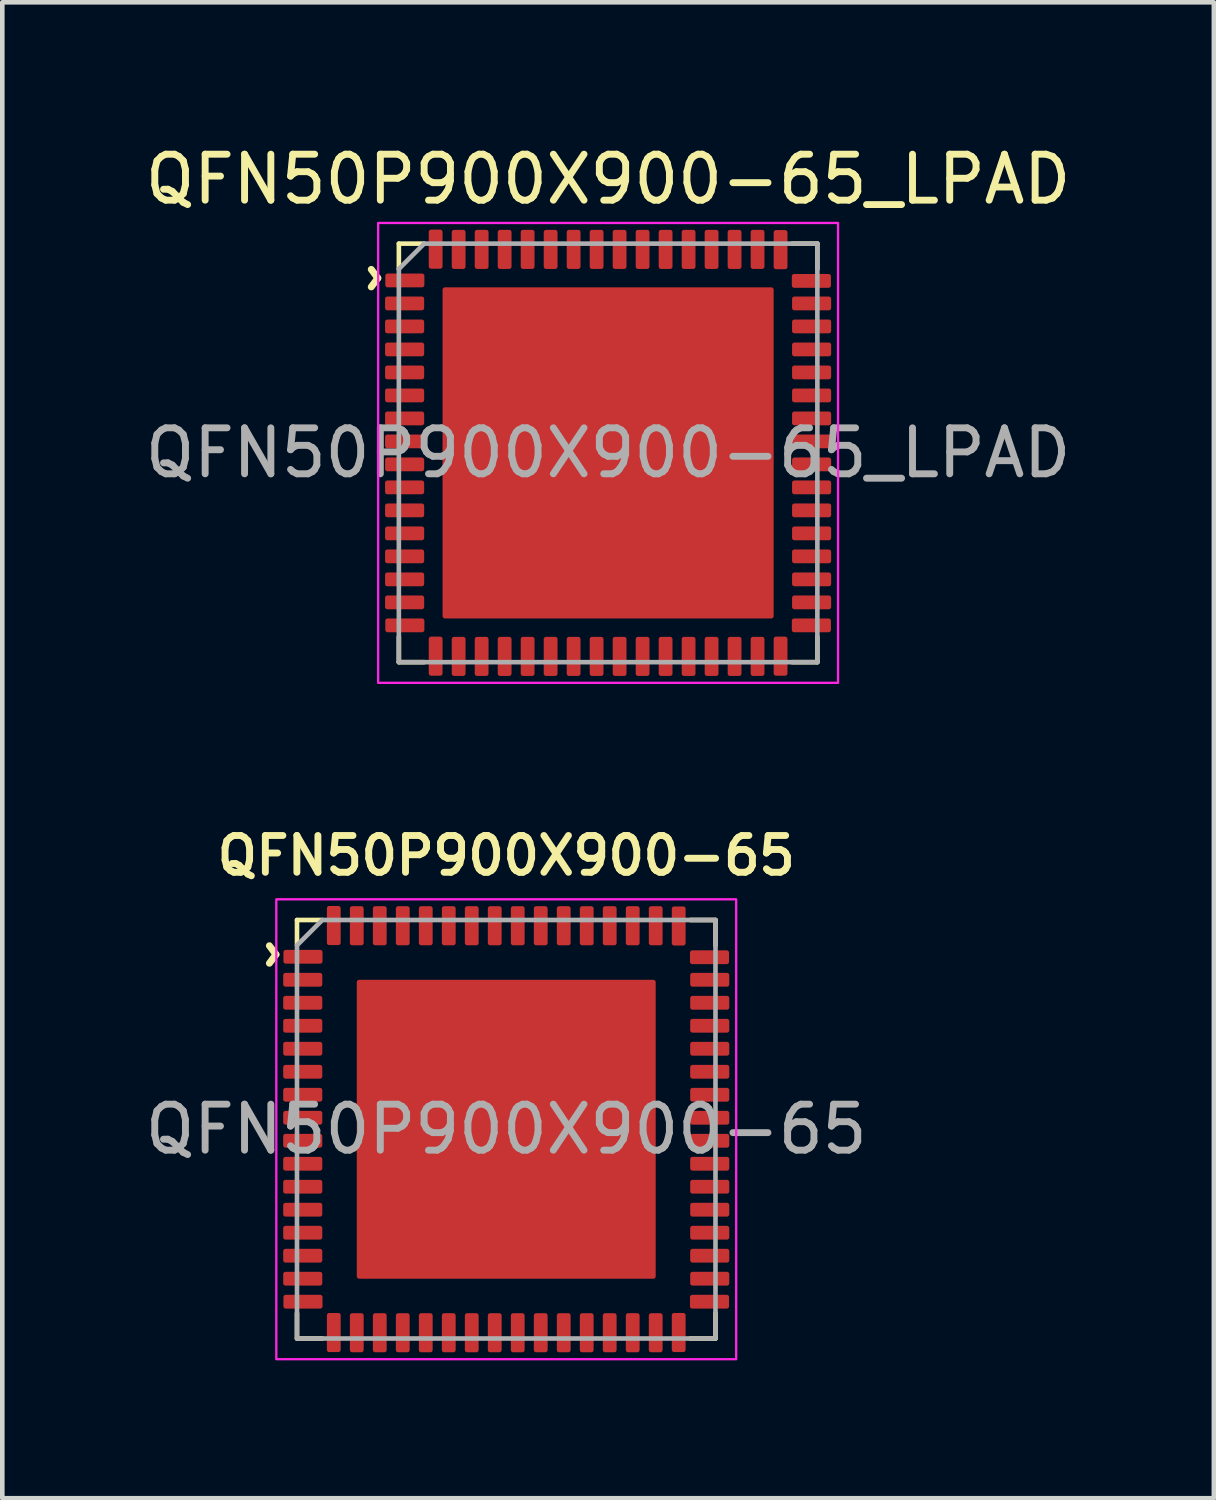
<source format=kicad_pcb>
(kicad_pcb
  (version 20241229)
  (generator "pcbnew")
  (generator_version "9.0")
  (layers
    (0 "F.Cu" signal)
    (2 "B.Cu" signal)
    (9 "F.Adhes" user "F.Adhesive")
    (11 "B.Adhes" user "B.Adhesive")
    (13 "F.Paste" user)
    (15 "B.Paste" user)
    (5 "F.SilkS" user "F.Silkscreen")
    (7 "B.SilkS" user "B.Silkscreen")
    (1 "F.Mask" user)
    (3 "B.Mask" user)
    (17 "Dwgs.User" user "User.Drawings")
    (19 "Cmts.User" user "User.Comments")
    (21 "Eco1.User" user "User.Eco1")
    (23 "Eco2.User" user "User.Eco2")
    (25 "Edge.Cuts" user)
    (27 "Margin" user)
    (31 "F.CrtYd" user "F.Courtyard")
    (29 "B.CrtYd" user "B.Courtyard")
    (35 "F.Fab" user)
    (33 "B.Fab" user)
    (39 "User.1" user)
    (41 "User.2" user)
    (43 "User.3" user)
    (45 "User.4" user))
  (footprint "QFN50P900X900-65"
    (layer "F.Cu")
    (at 7.958 21.505)
    (property "Reference" "QFN50P900X900-65" (at 0 -5.95 0) (layer "F.SilkS") (effects (font (size 0.8 0.8) (thickness 0.15))))
    (attr smd)
    (fp_line (start -4.55 -4.55) (end -4 -4.55) (stroke (width 0.1) (type solid)) (layer "F.SilkS"))
    (fp_line (start -4.55 -4) (end -4.55 -4.55) (stroke (width 0.1) (type solid)) (layer "F.SilkS"))
    (fp_line (start -4.55 4.55) (end -4.55 4) (stroke (width 0.1) (type solid)) (layer "F.SilkS"))
    (fp_line (start -4 4.55) (end -4.55 4.55) (stroke (width 0.1) (type solid)) (layer "F.SilkS"))
    (fp_line (start 4 -4.55) (end 4.55 -4.55) (stroke (width 0.1) (type solid)) (layer "F.SilkS"))
    (fp_line (start 4 4.55) (end 4.55 4.55) (stroke (width 0.1) (type solid)) (layer "F.SilkS"))
    (fp_line (start 4.55 -4.55) (end 4.55 -4) (stroke (width 0.1) (type solid)) (layer "F.SilkS"))
    (fp_line (start 4.55 4.55) (end 4.55 4) (stroke (width 0.1) (type solid)) (layer "F.SilkS"))
    (fp_rect (start -5 -5) (end 5 5) (stroke (width 0.05) (type default)) (fill no) (layer "F.CrtYd"))
    (fp_poly (pts (xy 4.55 -4.55) (xy 4.55 4.55) (xy -4.55 4.55) (xy -4.55 -4) (xy -4 -4.55)) (stroke (width 0.1) (type solid)) (fill no) (layer "F.Fab"))
    (fp_text user "^" (at -5.6 -3.8 270) (unlocked yes) (layer "F.SilkS") (effects (font (size 1 1) (thickness 0.15))))
    (fp_text user "${REFERENCE}" (at 0 0 0) (layer "F.Fab") (effects (font (size 1 1) (thickness 0.15))))
    (pad "" smd roundrect (at -1.85 -1.85) (size 2.8 2.8) (property pad_prop_heatsink) (layers "F.Paste") (roundrect_rratio 0.018))
    (pad "" smd roundrect (at -1.85 1.85) (size 2.8 2.8) (property pad_prop_heatsink) (layers "F.Paste") (roundrect_rratio 0.018))
    (pad "" smd roundrect (at 1.85 -1.85) (size 2.8 2.8) (property pad_prop_heatsink) (layers "F.Paste") (roundrect_rratio 0.018))
    (pad "" smd roundrect (at 1.85 1.85) (size 2.8 2.8) (property pad_prop_heatsink) (layers "F.Paste") (roundrect_rratio 0.018))
    (pad "1" smd roundrect (at -4.42 -3.75 90) (size 0.3 0.85) (layers "F.Cu" "F.Mask" "F.Paste") (roundrect_rratio 0.167))
    (pad "2" smd roundrect (at -4.425 -3.25 90) (size 0.3 0.85) (layers "F.Cu" "F.Mask" "F.Paste") (roundrect_rratio 0.167))
    (pad "3" smd roundrect (at -4.425 -2.75 90) (size 0.3 0.85) (layers "F.Cu" "F.Mask" "F.Paste") (roundrect_rratio 0.167))
    (pad "4" smd roundrect (at -4.425 -2.25 90) (size 0.3 0.85) (layers "F.Cu" "F.Mask" "F.Paste") (roundrect_rratio 0.167))
    (pad "5" smd roundrect (at -4.425 -1.75 90) (size 0.3 0.85) (layers "F.Cu" "F.Mask" "F.Paste") (roundrect_rratio 0.167))
    (pad "6" smd roundrect (at -4.425 -1.25 90) (size 0.3 0.85) (layers "F.Cu" "F.Mask" "F.Paste") (roundrect_rratio 0.167))
    (pad "7" smd roundrect (at -4.425 -0.75 90) (size 0.3 0.85) (layers "F.Cu" "F.Mask" "F.Paste") (roundrect_rratio 0.167))
    (pad "8" smd roundrect (at -4.425 -0.25 90) (size 0.3 0.85) (layers "F.Cu" "F.Mask" "F.Paste") (roundrect_rratio 0.167))
    (pad "9" smd roundrect (at -4.425 0.25 90) (size 0.3 0.85) (layers "F.Cu" "F.Mask" "F.Paste") (roundrect_rratio 0.167))
    (pad "10" smd roundrect (at -4.425 0.75 90) (size 0.3 0.85) (layers "F.Cu" "F.Mask" "F.Paste") (roundrect_rratio 0.167))
    (pad "11" smd roundrect (at -4.425 1.25 90) (size 0.3 0.85) (layers "F.Cu" "F.Mask" "F.Paste") (roundrect_rratio 0.167))
    (pad "12" smd roundrect (at -4.425 1.75 90) (size 0.3 0.85) (layers "F.Cu" "F.Mask" "F.Paste") (roundrect_rratio 0.167))
    (pad "13" smd roundrect (at -4.425 2.25 90) (size 0.3 0.85) (layers "F.Cu" "F.Mask" "F.Paste") (roundrect_rratio 0.167))
    (pad "14" smd roundrect (at -4.425 2.75 90) (size 0.3 0.85) (layers "F.Cu" "F.Mask" "F.Paste") (roundrect_rratio 0.167))
    (pad "15" smd roundrect (at -4.425 3.25 90) (size 0.3 0.85) (layers "F.Cu" "F.Mask" "F.Paste") (roundrect_rratio 0.167))
    (pad "16" smd roundrect (at -4.42 3.75 90) (size 0.3 0.85) (layers "F.Cu" "F.Mask" "F.Paste") (roundrect_rratio 0.167))
    (pad "17" smd roundrect (at -3.75 4.42) (size 0.3 0.85) (layers "F.Cu" "F.Mask" "F.Paste") (roundrect_rratio 0.167))
    (pad "18" smd roundrect (at -3.25 4.425) (size 0.3 0.85) (layers "F.Cu" "F.Mask" "F.Paste") (roundrect_rratio 0.167))
    (pad "19" smd roundrect (at -2.75 4.425) (size 0.3 0.85) (layers "F.Cu" "F.Mask" "F.Paste") (roundrect_rratio 0.167))
    (pad "20" smd roundrect (at -2.25 4.425) (size 0.3 0.85) (layers "F.Cu" "F.Mask" "F.Paste") (roundrect_rratio 0.167))
    (pad "21" smd roundrect (at -1.75 4.425) (size 0.3 0.85) (layers "F.Cu" "F.Mask" "F.Paste") (roundrect_rratio 0.167))
    (pad "22" smd roundrect (at -1.25 4.425) (size 0.3 0.85) (layers "F.Cu" "F.Mask" "F.Paste") (roundrect_rratio 0.167))
    (pad "23" smd roundrect (at -0.75 4.425) (size 0.3 0.85) (layers "F.Cu" "F.Mask" "F.Paste") (roundrect_rratio 0.167))
    (pad "24" smd roundrect (at -0.25 4.425) (size 0.3 0.85) (layers "F.Cu" "F.Mask" "F.Paste") (roundrect_rratio 0.167))
    (pad "25" smd roundrect (at 0.25 4.425) (size 0.3 0.85) (layers "F.Cu" "F.Mask" "F.Paste") (roundrect_rratio 0.167))
    (pad "26" smd roundrect (at 0.75 4.425) (size 0.3 0.85) (layers "F.Cu" "F.Mask" "F.Paste") (roundrect_rratio 0.167))
    (pad "27" smd roundrect (at 1.25 4.425) (size 0.3 0.85) (layers "F.Cu" "F.Mask" "F.Paste") (roundrect_rratio 0.167))
    (pad "28" smd roundrect (at 1.75 4.425) (size 0.3 0.85) (layers "F.Cu" "F.Mask" "F.Paste") (roundrect_rratio 0.167))
    (pad "29" smd roundrect (at 2.25 4.425) (size 0.3 0.85) (layers "F.Cu" "F.Mask" "F.Paste") (roundrect_rratio 0.167))
    (pad "30" smd roundrect (at 2.75 4.425) (size 0.3 0.85) (layers "F.Cu" "F.Mask" "F.Paste") (roundrect_rratio 0.167))
    (pad "31" smd roundrect (at 3.25 4.425) (size 0.3 0.85) (layers "F.Cu" "F.Mask" "F.Paste") (roundrect_rratio 0.167))
    (pad "32" smd roundrect (at 3.75 4.42) (size 0.3 0.85) (layers "F.Cu" "F.Mask" "F.Paste") (roundrect_rratio 0.167))
    (pad "33" smd roundrect (at 4.42 3.75 90) (size 0.3 0.85) (layers "F.Cu" "F.Mask" "F.Paste") (roundrect_rratio 0.167))
    (pad "34" smd roundrect (at 4.425 3.25 90) (size 0.3 0.85) (layers "F.Cu" "F.Mask" "F.Paste") (roundrect_rratio 0.167))
    (pad "35" smd roundrect (at 4.425 2.75 90) (size 0.3 0.85) (layers "F.Cu" "F.Mask" "F.Paste") (roundrect_rratio 0.167))
    (pad "36" smd roundrect (at 4.425 2.25 90) (size 0.3 0.85) (layers "F.Cu" "F.Mask" "F.Paste") (roundrect_rratio 0.167))
    (pad "37" smd roundrect (at 4.425 1.75 90) (size 0.3 0.85) (layers "F.Cu" "F.Mask" "F.Paste") (roundrect_rratio 0.167))
    (pad "38" smd roundrect (at 4.425 1.25 90) (size 0.3 0.85) (layers "F.Cu" "F.Mask" "F.Paste") (roundrect_rratio 0.167))
    (pad "39" smd roundrect (at 4.425 0.75 90) (size 0.3 0.85) (layers "F.Cu" "F.Mask" "F.Paste") (roundrect_rratio 0.167))
    (pad "40" smd roundrect (at 4.425 0.25 90) (size 0.3 0.85) (layers "F.Cu" "F.Mask" "F.Paste") (roundrect_rratio 0.167))
    (pad "41" smd roundrect (at 4.425 -0.25 90) (size 0.3 0.85) (layers "F.Cu" "F.Mask" "F.Paste") (roundrect_rratio 0.167))
    (pad "42" smd roundrect (at 4.425 -0.75 90) (size 0.3 0.85) (layers "F.Cu" "F.Mask" "F.Paste") (roundrect_rratio 0.167))
    (pad "43" smd roundrect (at 4.425 -1.25 90) (size 0.3 0.85) (layers "F.Cu" "F.Mask" "F.Paste") (roundrect_rratio 0.167))
    (pad "44" smd roundrect (at 4.425 -1.75 90) (size 0.3 0.85) (layers "F.Cu" "F.Mask" "F.Paste") (roundrect_rratio 0.167))
    (pad "45" smd roundrect (at 4.425 -2.25 90) (size 0.3 0.85) (layers "F.Cu" "F.Mask" "F.Paste") (roundrect_rratio 0.167))
    (pad "46" smd roundrect (at 4.425 -2.75 90) (size 0.3 0.85) (layers "F.Cu" "F.Mask" "F.Paste") (roundrect_rratio 0.167))
    (pad "47" smd roundrect (at 4.425 -3.25 90) (size 0.3 0.85) (layers "F.Cu" "F.Mask" "F.Paste") (roundrect_rratio 0.167))
    (pad "48" smd roundrect (at 4.42 -3.74 90) (size 0.3 0.85) (layers "F.Cu" "F.Mask" "F.Paste") (roundrect_rratio 0.167))
    (pad "49" smd roundrect (at 3.75 -4.42) (size 0.3 0.85) (layers "F.Cu" "F.Mask" "F.Paste") (roundrect_rratio 0.167))
    (pad "50" smd roundrect (at 3.25 -4.425) (size 0.3 0.85) (layers "F.Cu" "F.Mask" "F.Paste") (roundrect_rratio 0.167))
    (pad "51" smd roundrect (at 2.75 -4.425) (size 0.3 0.85) (layers "F.Cu" "F.Mask" "F.Paste") (roundrect_rratio 0.167))
    (pad "52" smd roundrect (at 2.25 -4.425) (size 0.3 0.85) (layers "F.Cu" "F.Mask" "F.Paste") (roundrect_rratio 0.167))
    (pad "53" smd roundrect (at 1.75 -4.425) (size 0.3 0.85) (layers "F.Cu" "F.Mask" "F.Paste") (roundrect_rratio 0.167))
    (pad "54" smd roundrect (at 1.25 -4.425) (size 0.3 0.85) (layers "F.Cu" "F.Mask" "F.Paste") (roundrect_rratio 0.167))
    (pad "55" smd roundrect (at 0.75 -4.425) (size 0.3 0.85) (layers "F.Cu" "F.Mask" "F.Paste") (roundrect_rratio 0.167))
    (pad "56" smd roundrect (at 0.25 -4.425) (size 0.3 0.85) (layers "F.Cu" "F.Mask" "F.Paste") (roundrect_rratio 0.167))
    (pad "57" smd roundrect (at -0.25 -4.425) (size 0.3 0.85) (layers "F.Cu" "F.Mask" "F.Paste") (roundrect_rratio 0.167))
    (pad "58" smd roundrect (at -0.75 -4.425) (size 0.3 0.85) (layers "F.Cu" "F.Mask" "F.Paste") (roundrect_rratio 0.167))
    (pad "59" smd roundrect (at -1.25 -4.425) (size 0.3 0.85) (layers "F.Cu" "F.Mask" "F.Paste") (roundrect_rratio 0.167))
    (pad "60" smd roundrect (at -1.75 -4.425) (size 0.3 0.85) (layers "F.Cu" "F.Mask" "F.Paste") (roundrect_rratio 0.167))
    (pad "61" smd roundrect (at -2.25 -4.425) (size 0.3 0.85) (layers "F.Cu" "F.Mask" "F.Paste") (roundrect_rratio 0.167))
    (pad "62" smd roundrect (at -2.75 -4.425) (size 0.3 0.85) (layers "F.Cu" "F.Mask" "F.Paste") (roundrect_rratio 0.167))
    (pad "63" smd roundrect (at -3.25 -4.425) (size 0.3 0.85) (layers "F.Cu" "F.Mask" "F.Paste") (roundrect_rratio 0.167))
    (pad "64" smd roundrect (at -3.75 -4.43) (size 0.3 0.85) (layers "F.Cu" "F.Mask" "F.Paste") (roundrect_rratio 0.167))
    (pad "65" smd roundrect (at 0 0) (size 6.5 6.5) (property pad_prop_heatsink) (layers "F.Cu" "F.Mask") (roundrect_rratio 0.008)))
  (footprint "QFN50P900X900-65_LPAD"
    (layer "F.Cu")
    (at 10.173 6.798)
    (property "Reference" "QFN50P900X900-65_LPAD" (at 0 -5.95 0) (layer "F.SilkS") (effects (font (size 1 1) (thickness 0.15))))
    (attr smd)
    (fp_line (start -4.55 -4.55) (end -4 -4.55) (stroke (width 0.1) (type solid)) (layer "F.SilkS"))
    (fp_line (start -4.55 -4) (end -4.55 -4.55) (stroke (width 0.1) (type solid)) (layer "F.SilkS"))
    (fp_line (start -4.55 4.55) (end -4.55 4) (stroke (width 0.1) (type solid)) (layer "F.SilkS"))
    (fp_line (start -4 4.55) (end -4.55 4.55) (stroke (width 0.1) (type solid)) (layer "F.SilkS"))
    (fp_line (start 4 -4.55) (end 4.55 -4.55) (stroke (width 0.1) (type solid)) (layer "F.SilkS"))
    (fp_line (start 4 4.55) (end 4.55 4.55) (stroke (width 0.1) (type solid)) (layer "F.SilkS"))
    (fp_line (start 4.55 -4.55) (end 4.55 -4) (stroke (width 0.1) (type solid)) (layer "F.SilkS"))
    (fp_line (start 4.55 4.55) (end 4.55 4) (stroke (width 0.1) (type solid)) (layer "F.SilkS"))
    (fp_rect (start -5 -5) (end 5 5) (stroke (width 0.05) (type default)) (fill no) (layer "F.CrtYd"))
    (fp_line (start -4.55 -4) (end -4.55 4.55) (stroke (width 0.1) (type solid)) (layer "F.Fab"))
    (fp_line (start -4.55 4.55) (end 4.55 4.55) (stroke (width 0.1) (type solid)) (layer "F.Fab"))
    (fp_line (start -4 -4.55) (end -4.55 -4) (stroke (width 0.1) (type solid)) (layer "F.Fab"))
    (fp_line (start 4.55 -4.55) (end -4 -4.55) (stroke (width 0.1) (type solid)) (layer "F.Fab"))
    (fp_line (start 4.55 4.55) (end 4.55 -4.55) (stroke (width 0.1) (type solid)) (layer "F.Fab"))
    (fp_text user "^" (at -5.6 -3.8 270) (unlocked yes) (layer "F.SilkS") (effects (font (size 1 1) (thickness 0.15))))
    (fp_text user "${REFERENCE}" (at 0 0 0) (unlocked yes) (layer "F.Fab") (effects (font (size 1 1) (thickness 0.15))))
    (pad "" smd roundrect (at -2 -2) (size 3 3) (layers "F.Paste") (roundrect_rratio 0.017))
    (pad "" smd roundrect (at -2 2) (size 3 3) (layers "F.Paste") (roundrect_rratio 0.017))
    (pad "" smd roundrect (at 2 -2) (size 3 3) (layers "F.Paste") (roundrect_rratio 0.017))
    (pad "" smd roundrect (at 2 2) (size 3 3) (layers "F.Paste") (roundrect_rratio 0.017))
    (pad "1" smd roundrect (at -4.42 -3.75 90) (size 0.3 0.85) (layers "F.Cu" "F.Mask" "F.Paste") (roundrect_rratio 0.167))
    (pad "2" smd roundrect (at -4.425 -3.25 90) (size 0.3 0.85) (layers "F.Cu" "F.Mask" "F.Paste") (roundrect_rratio 0.167))
    (pad "3" smd roundrect (at -4.425 -2.75 90) (size 0.3 0.85) (layers "F.Cu" "F.Mask" "F.Paste") (roundrect_rratio 0.167))
    (pad "4" smd roundrect (at -4.425 -2.25 90) (size 0.3 0.85) (layers "F.Cu" "F.Mask" "F.Paste") (roundrect_rratio 0.167))
    (pad "5" smd roundrect (at -4.425 -1.75 90) (size 0.3 0.85) (layers "F.Cu" "F.Mask" "F.Paste") (roundrect_rratio 0.167))
    (pad "6" smd roundrect (at -4.425 -1.25 90) (size 0.3 0.85) (layers "F.Cu" "F.Mask" "F.Paste") (roundrect_rratio 0.167))
    (pad "7" smd roundrect (at -4.425 -0.75 90) (size 0.3 0.85) (layers "F.Cu" "F.Mask" "F.Paste") (roundrect_rratio 0.167))
    (pad "8" smd roundrect (at -4.425 -0.25 90) (size 0.3 0.85) (layers "F.Cu" "F.Mask" "F.Paste") (roundrect_rratio 0.167))
    (pad "9" smd roundrect (at -4.425 0.25 90) (size 0.3 0.85) (layers "F.Cu" "F.Mask" "F.Paste") (roundrect_rratio 0.167))
    (pad "10" smd roundrect (at -4.425 0.75 90) (size 0.3 0.85) (layers "F.Cu" "F.Mask" "F.Paste") (roundrect_rratio 0.167))
    (pad "11" smd roundrect (at -4.425 1.25 90) (size 0.3 0.85) (layers "F.Cu" "F.Mask" "F.Paste") (roundrect_rratio 0.167))
    (pad "12" smd roundrect (at -4.425 1.75 90) (size 0.3 0.85) (layers "F.Cu" "F.Mask" "F.Paste") (roundrect_rratio 0.167))
    (pad "13" smd roundrect (at -4.425 2.25 90) (size 0.3 0.85) (layers "F.Cu" "F.Mask" "F.Paste") (roundrect_rratio 0.167))
    (pad "14" smd roundrect (at -4.425 2.75 90) (size 0.3 0.85) (layers "F.Cu" "F.Mask" "F.Paste") (roundrect_rratio 0.167))
    (pad "15" smd roundrect (at -4.425 3.25 90) (size 0.3 0.85) (layers "F.Cu" "F.Mask" "F.Paste") (roundrect_rratio 0.167))
    (pad "16" smd roundrect (at -4.42 3.75 90) (size 0.3 0.85) (layers "F.Cu" "F.Mask" "F.Paste") (roundrect_rratio 0.167))
    (pad "17" smd roundrect (at -3.75 4.42) (size 0.3 0.85) (layers "F.Cu" "F.Mask" "F.Paste") (roundrect_rratio 0.167))
    (pad "18" smd roundrect (at -3.25 4.425) (size 0.3 0.85) (layers "F.Cu" "F.Mask" "F.Paste") (roundrect_rratio 0.167))
    (pad "19" smd roundrect (at -2.75 4.425) (size 0.3 0.85) (layers "F.Cu" "F.Mask" "F.Paste") (roundrect_rratio 0.167))
    (pad "20" smd roundrect (at -2.25 4.425) (size 0.3 0.85) (layers "F.Cu" "F.Mask" "F.Paste") (roundrect_rratio 0.167))
    (pad "21" smd roundrect (at -1.75 4.425) (size 0.3 0.85) (layers "F.Cu" "F.Mask" "F.Paste") (roundrect_rratio 0.167))
    (pad "22" smd roundrect (at -1.25 4.425) (size 0.3 0.85) (layers "F.Cu" "F.Mask" "F.Paste") (roundrect_rratio 0.167))
    (pad "23" smd roundrect (at -0.75 4.425) (size 0.3 0.85) (layers "F.Cu" "F.Mask" "F.Paste") (roundrect_rratio 0.167))
    (pad "24" smd roundrect (at -0.25 4.425) (size 0.3 0.85) (layers "F.Cu" "F.Mask" "F.Paste") (roundrect_rratio 0.167))
    (pad "25" smd roundrect (at 0.25 4.425) (size 0.3 0.85) (layers "F.Cu" "F.Mask" "F.Paste") (roundrect_rratio 0.167))
    (pad "26" smd roundrect (at 0.75 4.425) (size 0.3 0.85) (layers "F.Cu" "F.Mask" "F.Paste") (roundrect_rratio 0.167))
    (pad "27" smd roundrect (at 1.25 4.425) (size 0.3 0.85) (layers "F.Cu" "F.Mask" "F.Paste") (roundrect_rratio 0.167))
    (pad "28" smd roundrect (at 1.75 4.425) (size 0.3 0.85) (layers "F.Cu" "F.Mask" "F.Paste") (roundrect_rratio 0.167))
    (pad "29" smd roundrect (at 2.25 4.425) (size 0.3 0.85) (layers "F.Cu" "F.Mask" "F.Paste") (roundrect_rratio 0.167))
    (pad "30" smd roundrect (at 2.75 4.425) (size 0.3 0.85) (layers "F.Cu" "F.Mask" "F.Paste") (roundrect_rratio 0.167))
    (pad "31" smd roundrect (at 3.25 4.425) (size 0.3 0.85) (layers "F.Cu" "F.Mask" "F.Paste") (roundrect_rratio 0.167))
    (pad "32" smd roundrect (at 3.75 4.42) (size 0.3 0.85) (layers "F.Cu" "F.Mask" "F.Paste") (roundrect_rratio 0.167))
    (pad "33" smd roundrect (at 4.42 3.75 90) (size 0.3 0.85) (layers "F.Cu" "F.Mask" "F.Paste") (roundrect_rratio 0.167))
    (pad "34" smd roundrect (at 4.425 3.25 90) (size 0.3 0.85) (layers "F.Cu" "F.Mask" "F.Paste") (roundrect_rratio 0.167))
    (pad "35" smd roundrect (at 4.425 2.75 90) (size 0.3 0.85) (layers "F.Cu" "F.Mask" "F.Paste") (roundrect_rratio 0.167))
    (pad "36" smd roundrect (at 4.425 2.25 90) (size 0.3 0.85) (layers "F.Cu" "F.Mask" "F.Paste") (roundrect_rratio 0.167))
    (pad "37" smd roundrect (at 4.425 1.75 90) (size 0.3 0.85) (layers "F.Cu" "F.Mask" "F.Paste") (roundrect_rratio 0.167))
    (pad "38" smd roundrect (at 4.425 1.25 90) (size 0.3 0.85) (layers "F.Cu" "F.Mask" "F.Paste") (roundrect_rratio 0.167))
    (pad "39" smd roundrect (at 4.425 0.75 90) (size 0.3 0.85) (layers "F.Cu" "F.Mask" "F.Paste") (roundrect_rratio 0.167))
    (pad "40" smd roundrect (at 4.425 0.25 90) (size 0.3 0.85) (layers "F.Cu" "F.Mask" "F.Paste") (roundrect_rratio 0.167))
    (pad "41" smd roundrect (at 4.425 -0.25 90) (size 0.3 0.85) (layers "F.Cu" "F.Mask" "F.Paste") (roundrect_rratio 0.167))
    (pad "42" smd roundrect (at 4.425 -0.75 90) (size 0.3 0.85) (layers "F.Cu" "F.Mask" "F.Paste") (roundrect_rratio 0.167))
    (pad "43" smd roundrect (at 4.425 -1.25 90) (size 0.3 0.85) (layers "F.Cu" "F.Mask" "F.Paste") (roundrect_rratio 0.167))
    (pad "44" smd roundrect (at 4.425 -1.75 90) (size 0.3 0.85) (layers "F.Cu" "F.Mask" "F.Paste") (roundrect_rratio 0.167))
    (pad "45" smd roundrect (at 4.425 -2.25 90) (size 0.3 0.85) (layers "F.Cu" "F.Mask" "F.Paste") (roundrect_rratio 0.167))
    (pad "46" smd roundrect (at 4.425 -2.75 90) (size 0.3 0.85) (layers "F.Cu" "F.Mask" "F.Paste") (roundrect_rratio 0.167))
    (pad "47" smd roundrect (at 4.425 -3.25 90) (size 0.3 0.85) (layers "F.Cu" "F.Mask" "F.Paste") (roundrect_rratio 0.167))
    (pad "48" smd roundrect (at 4.42 -3.74 90) (size 0.3 0.85) (layers "F.Cu" "F.Mask" "F.Paste") (roundrect_rratio 0.167))
    (pad "49" smd roundrect (at 3.75 -4.42) (size 0.3 0.85) (layers "F.Cu" "F.Mask" "F.Paste") (roundrect_rratio 0.167))
    (pad "50" smd roundrect (at 3.25 -4.425) (size 0.3 0.85) (layers "F.Cu" "F.Mask" "F.Paste") (roundrect_rratio 0.167))
    (pad "51" smd roundrect (at 2.75 -4.425) (size 0.3 0.85) (layers "F.Cu" "F.Mask" "F.Paste") (roundrect_rratio 0.167))
    (pad "52" smd roundrect (at 2.25 -4.425) (size 0.3 0.85) (layers "F.Cu" "F.Mask" "F.Paste") (roundrect_rratio 0.167))
    (pad "53" smd roundrect (at 1.75 -4.425) (size 0.3 0.85) (layers "F.Cu" "F.Mask" "F.Paste") (roundrect_rratio 0.167))
    (pad "54" smd roundrect (at 1.25 -4.425) (size 0.3 0.85) (layers "F.Cu" "F.Mask" "F.Paste") (roundrect_rratio 0.167))
    (pad "55" smd roundrect (at 0.75 -4.425) (size 0.3 0.85) (layers "F.Cu" "F.Mask" "F.Paste") (roundrect_rratio 0.167))
    (pad "56" smd roundrect (at 0.25 -4.425) (size 0.3 0.85) (layers "F.Cu" "F.Mask" "F.Paste") (roundrect_rratio 0.167))
    (pad "57" smd roundrect (at -0.25 -4.425) (size 0.3 0.85) (layers "F.Cu" "F.Mask" "F.Paste") (roundrect_rratio 0.167))
    (pad "58" smd roundrect (at -0.75 -4.425) (size 0.3 0.85) (layers "F.Cu" "F.Mask" "F.Paste") (roundrect_rratio 0.167))
    (pad "59" smd roundrect (at -1.25 -4.425) (size 0.3 0.85) (layers "F.Cu" "F.Mask" "F.Paste") (roundrect_rratio 0.167))
    (pad "60" smd roundrect (at -1.75 -4.425) (size 0.3 0.85) (layers "F.Cu" "F.Mask" "F.Paste") (roundrect_rratio 0.167))
    (pad "61" smd roundrect (at -2.25 -4.425) (size 0.3 0.85) (layers "F.Cu" "F.Mask" "F.Paste") (roundrect_rratio 0.167))
    (pad "62" smd roundrect (at -2.75 -4.425) (size 0.3 0.85) (layers "F.Cu" "F.Mask" "F.Paste") (roundrect_rratio 0.167))
    (pad "63" smd roundrect (at -3.25 -4.425) (size 0.3 0.85) (layers "F.Cu" "F.Mask" "F.Paste") (roundrect_rratio 0.167))
    (pad "64" smd roundrect (at -3.75 -4.43) (size 0.3 0.85) (layers "F.Cu" "F.Mask" "F.Paste") (roundrect_rratio 0.167))
    (pad "65" smd roundrect (at 0 0) (size 7.2 7.2) (layers "F.Cu" "F.Mask") (roundrect_rratio 0.007)))
  (gr_rect
    (start -3 -3)
    (end 23.345 29.529)
    (stroke (width 0.1) (type default))
    (fill no)
    (layer "Edge.Cuts")))
</source>
